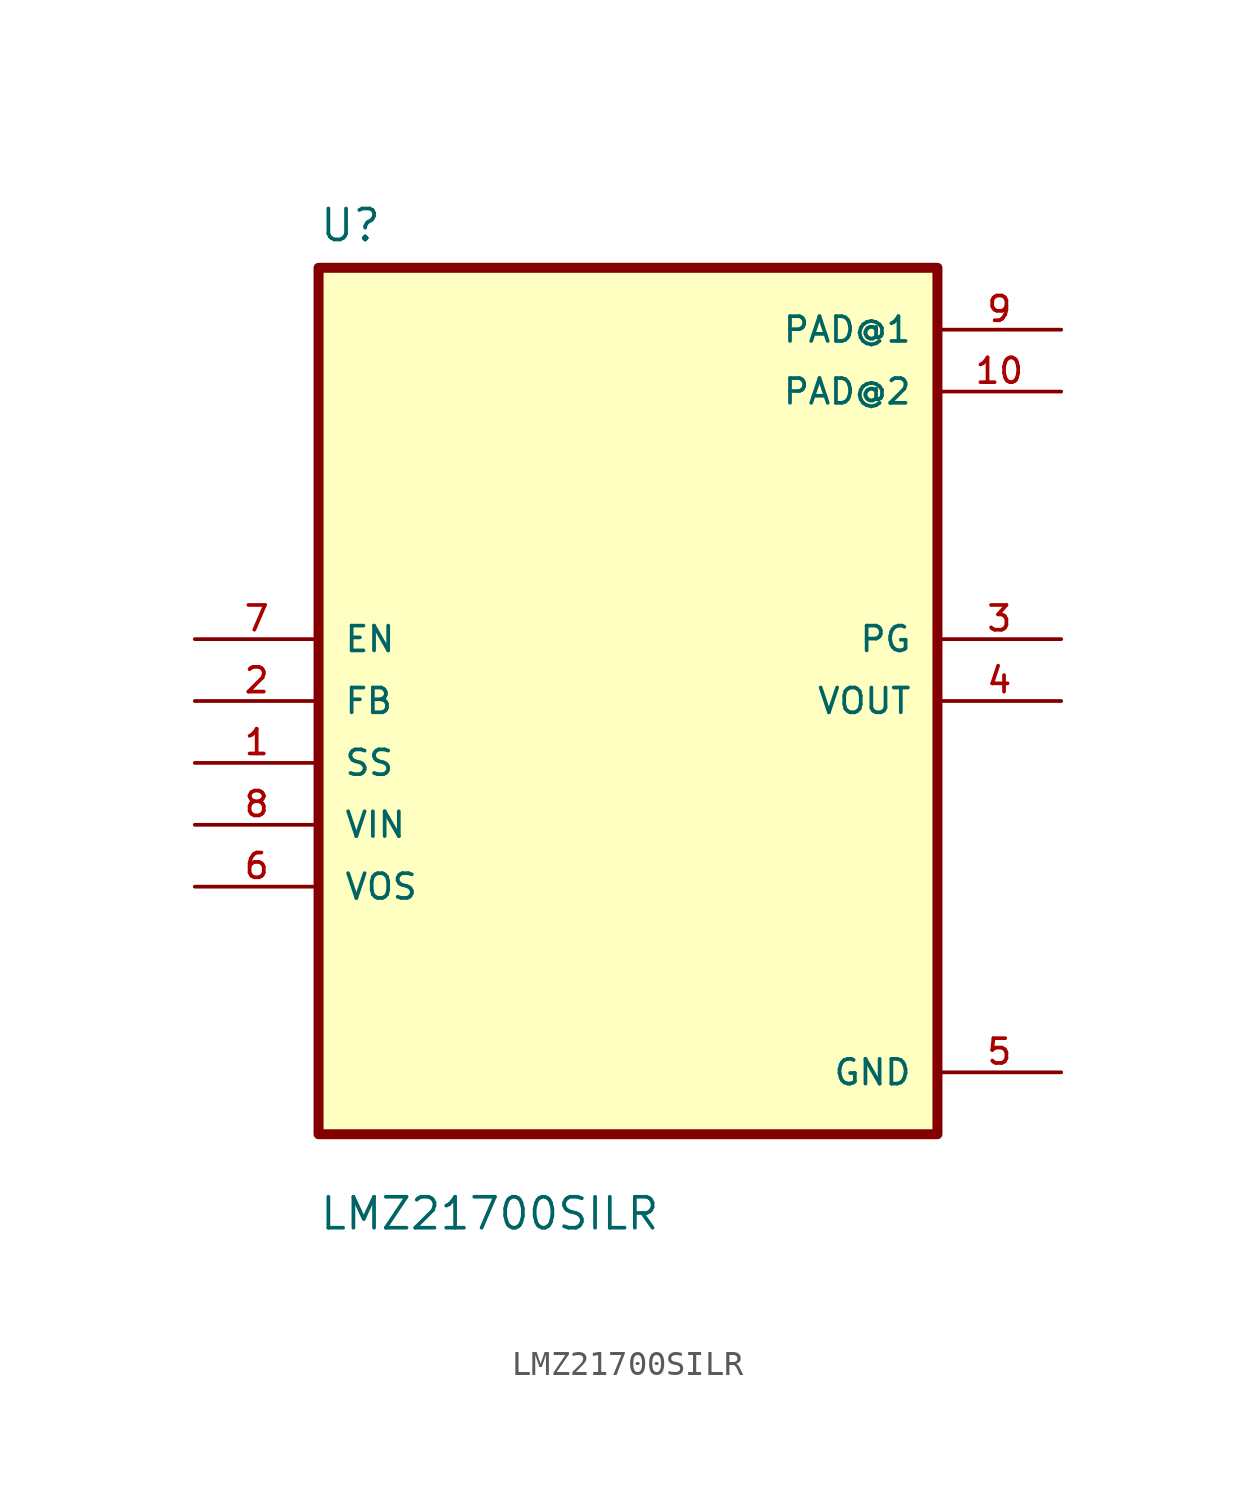
<source format=kicad_sym>
(kicad_symbol_lib
  (version 20220914)
  (generator kicad_symbol_editor)
  (symbol "LMZ21700SILR"
    (pin_names
      (offset 1.016))
    (property "Reference" "U"
      (at -12.7 18.78 0)
      (effects (font (size 1.27 1.27)) (justify left bottom)))
    (property "Value" "LMZ21700SILR"
      (at -12.7 -21.78 0)
      (effects (font (size 1.27 1.27)) (justify left bottom)))
    (symbol "LMZ21700SILR_0_0"
      (rectangle (start -12.7 17.78) (end 12.7 -17.78) (stroke (width 0.41) (type default)) (fill (type background)))
      (pin input line (at -17.78 -2.54 0) (length 5.08) (name "SS" (effects (font (size 1.016 1.016)))) (number "1" (effects (font (size 1.016 1.016)))))
      (pin power_in line (at 17.78 12.7 180) (length 5.08) (name "PAD@2" (effects (font (size 1.016 1.016)))) (number "10" (effects (font (size 1.016 1.016)))))
      (pin input line (at -17.78 0 0) (length 5.08) (name "FB" (effects (font (size 1.016 1.016)))) (number "2" (effects (font (size 1.016 1.016)))))
      (pin output line (at 17.78 2.54 180) (length 5.08) (name "PG" (effects (font (size 1.016 1.016)))) (number "3" (effects (font (size 1.016 1.016)))))
      (pin output line (at 17.78 0 180) (length 5.08) (name "VOUT" (effects (font (size 1.016 1.016)))) (number "4" (effects (font (size 1.016 1.016)))))
      (pin power_in line (at 17.78 -15.24 180) (length 5.08) (name "GND" (effects (font (size 1.016 1.016)))) (number "5" (effects (font (size 1.016 1.016)))))
      (pin input line (at -17.78 -7.62 0) (length 5.08) (name "VOS" (effects (font (size 1.016 1.016)))) (number "6" (effects (font (size 1.016 1.016)))))
      (pin input line (at -17.78 2.54 0) (length 5.08) (name "EN" (effects (font (size 1.016 1.016)))) (number "7" (effects (font (size 1.016 1.016)))))
      (pin input line (at -17.78 -5.08 0) (length 5.08) (name "VIN" (effects (font (size 1.016 1.016)))) (number "8" (effects (font (size 1.016 1.016)))))
      (pin power_in line (at 17.78 15.24 180) (length 5.08) (name "PAD@1" (effects (font (size 1.016 1.016)))) (number "9" (effects (font (size 1.016 1.016))))))))
</source>
